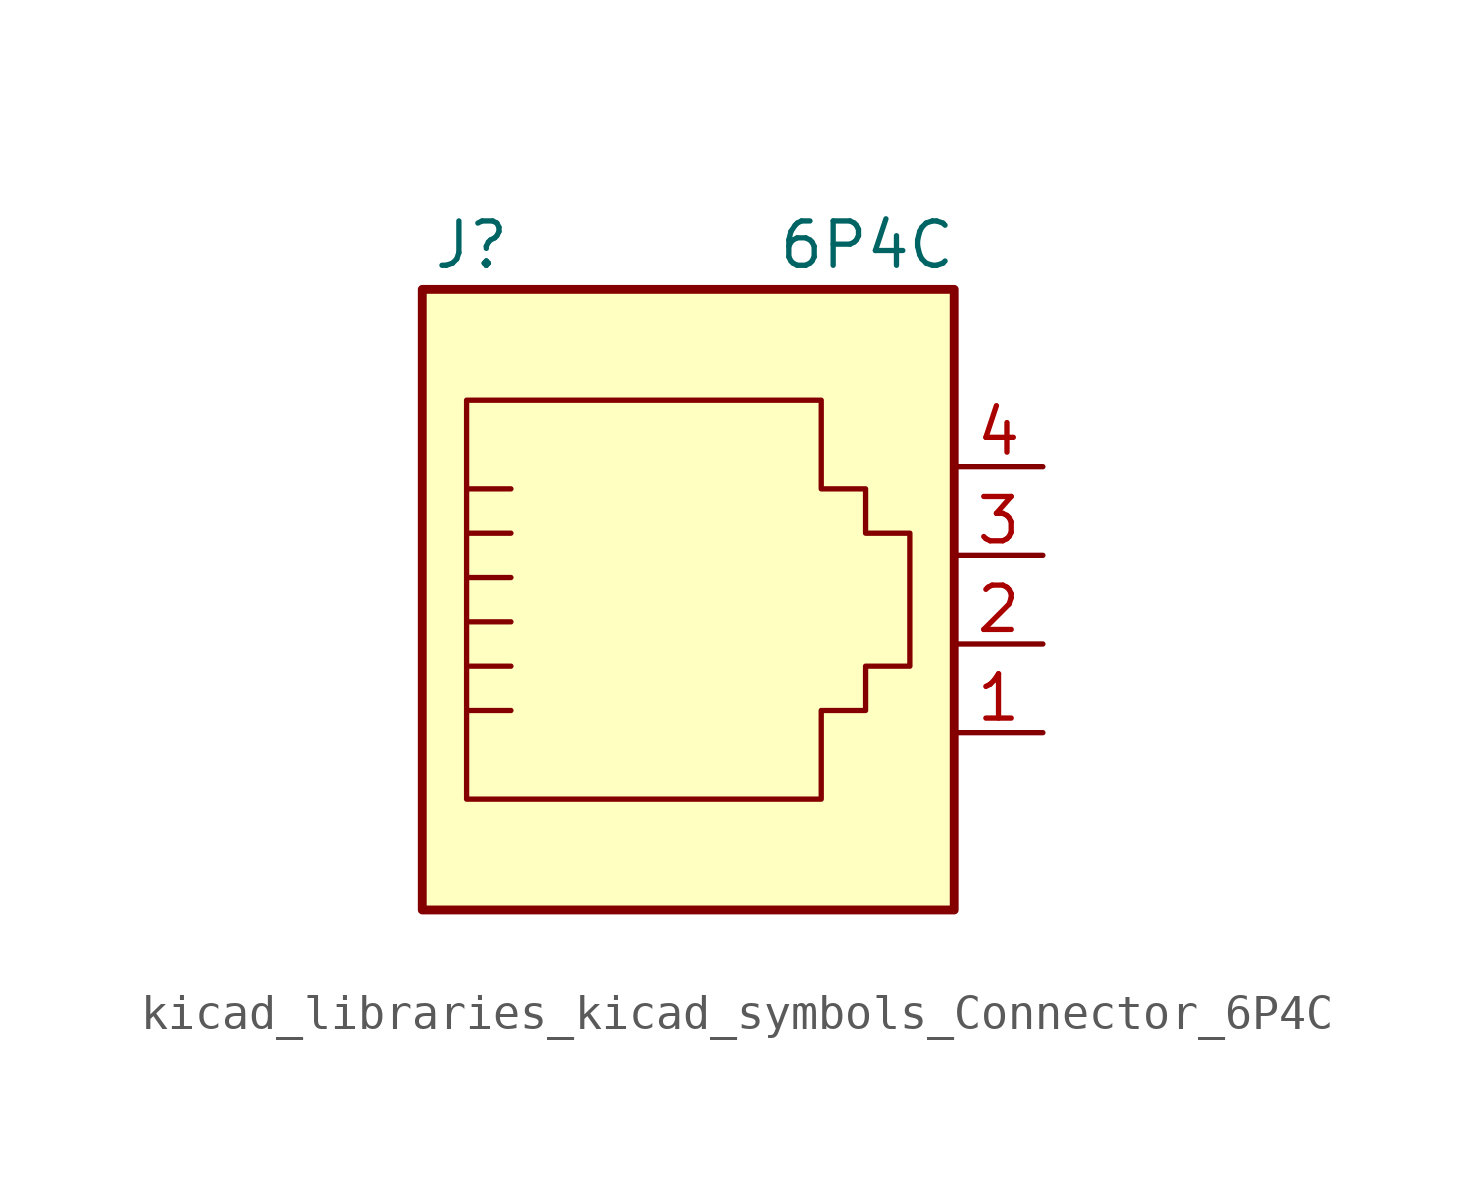
<source format=kicad_sym>
(kicad_symbol_lib
  (version 20220914)
  (generator kicad_symbol_editor)
  (symbol "kicad_libraries_kicad_symbols_Connector_6P4C"
    (pin_names
      (offset 1.016))
    (property "Reference" "J"
      (at -5.08 11.43 0)
      (effects (font (size 1.27 1.27)) (justify right)))
    (property "Value" "6P4C"
      (at 2.54 11.43 0)
      (effects (font (size 1.27 1.27)) (justify left)))
    (symbol "kicad_libraries_kicad_symbols_Connector_6P4C_0_1"
      (polyline (pts (xy -6.35 -1.905) (xy -5.08 -1.905) (xy -5.08 -1.905)) (stroke (width 0) (type default)) (fill (type none)))
      (polyline (pts (xy -6.35 -0.635) (xy -5.08 -0.635) (xy -5.08 -0.635)) (stroke (width 0) (type default)) (fill (type none)))
      (polyline (pts (xy -6.35 0.635) (xy -5.08 0.635) (xy -5.08 0.635)) (stroke (width 0) (type default)) (fill (type none)))
      (polyline (pts (xy -6.35 1.905) (xy -5.08 1.905) (xy -5.08 1.905)) (stroke (width 0) (type default)) (fill (type none)))
      (polyline (pts (xy -6.35 3.175) (xy -5.08 3.175) (xy -5.08 3.175)) (stroke (width 0) (type default)) (fill (type none)))
      (polyline (pts (xy -5.08 4.445) (xy -6.35 4.445) (xy -6.35 4.445)) (stroke (width 0) (type default)) (fill (type none)))
      (polyline (pts (xy -6.35 -4.445) (xy -6.35 6.985) (xy 3.81 6.985) (xy 3.81 4.445) (xy 5.08 4.445) (xy 5.08 3.175) (xy 6.35 3.175) (xy 6.35 -0.635) (xy 5.08 -0.635) (xy 5.08 -1.905) (xy 3.81 -1.905) (xy 3.81 -4.445) (xy -6.35 -4.445) (xy -6.35 -4.445)) (stroke (width 0) (type default)) (fill (type none)))
      (rectangle (start 7.62 10.16) (end -7.62 -7.62) (stroke (width 0.254) (type default)) (fill (type background))))
    (symbol "kicad_libraries_kicad_symbols_Connector_6P4C_1_1"
      (pin passive line (at 10.16 -2.54 180) (length 2.54) (name "~" (effects (font (size 1.27 1.27)))) (number "1" (effects (font (size 1.27 1.27)))))
      (pin passive line (at 10.16 0 180) (length 2.54) (name "~" (effects (font (size 1.27 1.27)))) (number "2" (effects (font (size 1.27 1.27)))))
      (pin passive line (at 10.16 2.54 180) (length 2.54) (name "~" (effects (font (size 1.27 1.27)))) (number "3" (effects (font (size 1.27 1.27)))))
      (pin passive line (at 10.16 5.08 180) (length 2.54) (name "~" (effects (font (size 1.27 1.27)))) (number "4" (effects (font (size 1.27 1.27))))))))
</source>
